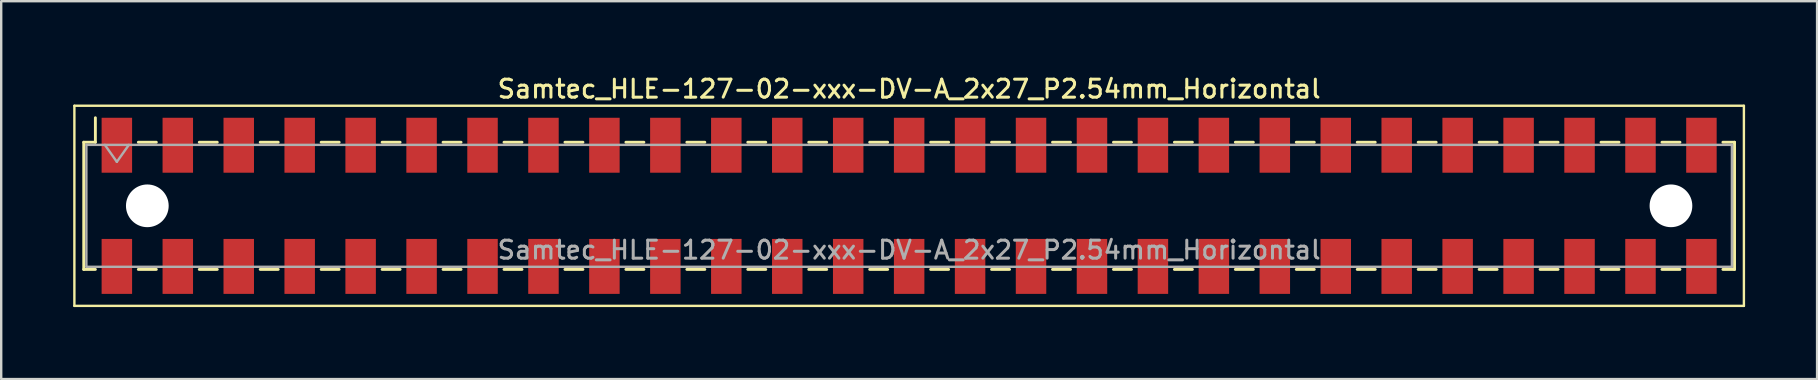
<source format=kicad_pcb>
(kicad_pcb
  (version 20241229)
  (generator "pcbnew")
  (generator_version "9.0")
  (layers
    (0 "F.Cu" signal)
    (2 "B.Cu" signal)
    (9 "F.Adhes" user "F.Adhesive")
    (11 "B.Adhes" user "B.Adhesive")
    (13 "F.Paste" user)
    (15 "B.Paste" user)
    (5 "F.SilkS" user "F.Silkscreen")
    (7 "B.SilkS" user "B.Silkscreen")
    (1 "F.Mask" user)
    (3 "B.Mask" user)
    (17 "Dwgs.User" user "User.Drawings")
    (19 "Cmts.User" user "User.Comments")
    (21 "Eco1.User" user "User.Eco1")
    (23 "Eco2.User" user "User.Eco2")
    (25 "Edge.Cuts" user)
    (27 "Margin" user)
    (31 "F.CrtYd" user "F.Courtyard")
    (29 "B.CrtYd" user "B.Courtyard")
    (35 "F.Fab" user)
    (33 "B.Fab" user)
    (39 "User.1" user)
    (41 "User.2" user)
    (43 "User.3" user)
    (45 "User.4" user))
  (footprint "Samtec_HLE-127-02-xxx-DV-A_2x27_P2.54mm_Horizontal"
    (layer "F.Cu")
    (at 34.84 5.528)
    (property "Reference" "Samtec_HLE-127-02-xxx-DV-A_2x27_P2.54mm_Horizontal" (at 0 -4.87 0) (layer "F.SilkS") (effects (font (size 0.75 0.75) (thickness 0.125))))
    (attr smd)
    (fp_line (start -34.79 -4.17) (end 34.79 -4.17) (stroke (width 0.1) (type solid)) (layer "F.SilkS"))
    (fp_line (start -34.79 4.17) (end -34.79 -4.17) (stroke (width 0.1) (type solid)) (layer "F.SilkS"))
    (fp_line (start -34.4 -2.65) (end -34.4 2.65) (stroke (width 0.12) (type solid)) (layer "F.SilkS"))
    (fp_line (start -34.4 2.65) (end -33.915 2.65) (stroke (width 0.12) (type solid)) (layer "F.SilkS"))
    (fp_line (start -33.915 -3.67) (end -33.915 -2.65) (stroke (width 0.12) (type solid)) (layer "F.SilkS"))
    (fp_line (start -33.915 -2.65) (end -34.4 -2.65) (stroke (width 0.12) (type solid)) (layer "F.SilkS"))
    (fp_line (start -32.125 -2.65) (end -31.375 -2.65) (stroke (width 0.12) (type solid)) (layer "F.SilkS"))
    (fp_line (start -32.125 2.65) (end -31.375 2.65) (stroke (width 0.12) (type solid)) (layer "F.SilkS"))
    (fp_line (start -29.585 -2.65) (end -28.835 -2.65) (stroke (width 0.12) (type solid)) (layer "F.SilkS"))
    (fp_line (start -29.585 2.65) (end -28.835 2.65) (stroke (width 0.12) (type solid)) (layer "F.SilkS"))
    (fp_line (start -27.045 -2.65) (end -26.295 -2.65) (stroke (width 0.12) (type solid)) (layer "F.SilkS"))
    (fp_line (start -27.045 2.65) (end -26.295 2.65) (stroke (width 0.12) (type solid)) (layer "F.SilkS"))
    (fp_line (start -24.505 -2.65) (end -23.755 -2.65) (stroke (width 0.12) (type solid)) (layer "F.SilkS"))
    (fp_line (start -24.505 2.65) (end -23.755 2.65) (stroke (width 0.12) (type solid)) (layer "F.SilkS"))
    (fp_line (start -21.965 -2.65) (end -21.215 -2.65) (stroke (width 0.12) (type solid)) (layer "F.SilkS"))
    (fp_line (start -21.965 2.65) (end -21.215 2.65) (stroke (width 0.12) (type solid)) (layer "F.SilkS"))
    (fp_line (start -19.425 -2.65) (end -18.675 -2.65) (stroke (width 0.12) (type solid)) (layer "F.SilkS"))
    (fp_line (start -19.425 2.65) (end -18.675 2.65) (stroke (width 0.12) (type solid)) (layer "F.SilkS"))
    (fp_line (start -16.885 -2.65) (end -16.135 -2.65) (stroke (width 0.12) (type solid)) (layer "F.SilkS"))
    (fp_line (start -16.885 2.65) (end -16.135 2.65) (stroke (width 0.12) (type solid)) (layer "F.SilkS"))
    (fp_line (start -14.345 -2.65) (end -13.595 -2.65) (stroke (width 0.12) (type solid)) (layer "F.SilkS"))
    (fp_line (start -14.345 2.65) (end -13.595 2.65) (stroke (width 0.12) (type solid)) (layer "F.SilkS"))
    (fp_line (start -11.805 -2.65) (end -11.055 -2.65) (stroke (width 0.12) (type solid)) (layer "F.SilkS"))
    (fp_line (start -11.805 2.65) (end -11.055 2.65) (stroke (width 0.12) (type solid)) (layer "F.SilkS"))
    (fp_line (start -9.265 -2.65) (end -8.515 -2.65) (stroke (width 0.12) (type solid)) (layer "F.SilkS"))
    (fp_line (start -9.265 2.65) (end -8.515 2.65) (stroke (width 0.12) (type solid)) (layer "F.SilkS"))
    (fp_line (start -6.725 -2.65) (end -5.975 -2.65) (stroke (width 0.12) (type solid)) (layer "F.SilkS"))
    (fp_line (start -6.725 2.65) (end -5.975 2.65) (stroke (width 0.12) (type solid)) (layer "F.SilkS"))
    (fp_line (start -4.185 -2.65) (end -3.435 -2.65) (stroke (width 0.12) (type solid)) (layer "F.SilkS"))
    (fp_line (start -4.185 2.65) (end -3.435 2.65) (stroke (width 0.12) (type solid)) (layer "F.SilkS"))
    (fp_line (start -1.645 -2.65) (end -0.895 -2.65) (stroke (width 0.12) (type solid)) (layer "F.SilkS"))
    (fp_line (start -1.645 2.65) (end -0.895 2.65) (stroke (width 0.12) (type solid)) (layer "F.SilkS"))
    (fp_line (start 0.895 -2.65) (end 1.645 -2.65) (stroke (width 0.12) (type solid)) (layer "F.SilkS"))
    (fp_line (start 0.895 2.65) (end 1.645 2.65) (stroke (width 0.12) (type solid)) (layer "F.SilkS"))
    (fp_line (start 3.435 -2.65) (end 4.185 -2.65) (stroke (width 0.12) (type solid)) (layer "F.SilkS"))
    (fp_line (start 3.435 2.65) (end 4.185 2.65) (stroke (width 0.12) (type solid)) (layer "F.SilkS"))
    (fp_line (start 5.975 -2.65) (end 6.725 -2.65) (stroke (width 0.12) (type solid)) (layer "F.SilkS"))
    (fp_line (start 5.975 2.65) (end 6.725 2.65) (stroke (width 0.12) (type solid)) (layer "F.SilkS"))
    (fp_line (start 8.515 -2.65) (end 9.265 -2.65) (stroke (width 0.12) (type solid)) (layer "F.SilkS"))
    (fp_line (start 8.515 2.65) (end 9.265 2.65) (stroke (width 0.12) (type solid)) (layer "F.SilkS"))
    (fp_line (start 11.055 -2.65) (end 11.805 -2.65) (stroke (width 0.12) (type solid)) (layer "F.SilkS"))
    (fp_line (start 11.055 2.65) (end 11.805 2.65) (stroke (width 0.12) (type solid)) (layer "F.SilkS"))
    (fp_line (start 13.595 -2.65) (end 14.345 -2.65) (stroke (width 0.12) (type solid)) (layer "F.SilkS"))
    (fp_line (start 13.595 2.65) (end 14.345 2.65) (stroke (width 0.12) (type solid)) (layer "F.SilkS"))
    (fp_line (start 16.135 -2.65) (end 16.885 -2.65) (stroke (width 0.12) (type solid)) (layer "F.SilkS"))
    (fp_line (start 16.135 2.65) (end 16.885 2.65) (stroke (width 0.12) (type solid)) (layer "F.SilkS"))
    (fp_line (start 18.675 -2.65) (end 19.425 -2.65) (stroke (width 0.12) (type solid)) (layer "F.SilkS"))
    (fp_line (start 18.675 2.65) (end 19.425 2.65) (stroke (width 0.12) (type solid)) (layer "F.SilkS"))
    (fp_line (start 21.215 -2.65) (end 21.965 -2.65) (stroke (width 0.12) (type solid)) (layer "F.SilkS"))
    (fp_line (start 21.215 2.65) (end 21.965 2.65) (stroke (width 0.12) (type solid)) (layer "F.SilkS"))
    (fp_line (start 23.755 -2.65) (end 24.505 -2.65) (stroke (width 0.12) (type solid)) (layer "F.SilkS"))
    (fp_line (start 23.755 2.65) (end 24.505 2.65) (stroke (width 0.12) (type solid)) (layer "F.SilkS"))
    (fp_line (start 26.295 -2.65) (end 27.045 -2.65) (stroke (width 0.12) (type solid)) (layer "F.SilkS"))
    (fp_line (start 26.295 2.65) (end 27.045 2.65) (stroke (width 0.12) (type solid)) (layer "F.SilkS"))
    (fp_line (start 28.835 -2.65) (end 29.585 -2.65) (stroke (width 0.12) (type solid)) (layer "F.SilkS"))
    (fp_line (start 28.835 2.65) (end 29.585 2.65) (stroke (width 0.12) (type solid)) (layer "F.SilkS"))
    (fp_line (start 31.375 -2.65) (end 32.125 -2.65) (stroke (width 0.12) (type solid)) (layer "F.SilkS"))
    (fp_line (start 31.375 2.65) (end 32.125 2.65) (stroke (width 0.12) (type solid)) (layer "F.SilkS"))
    (fp_line (start 33.915 -2.65) (end 34.4 -2.65) (stroke (width 0.12) (type solid)) (layer "F.SilkS"))
    (fp_line (start 34.4 -2.65) (end 34.4 2.65) (stroke (width 0.12) (type solid)) (layer "F.SilkS"))
    (fp_line (start 34.4 2.65) (end 33.915 2.65) (stroke (width 0.12) (type solid)) (layer "F.SilkS"))
    (fp_line (start 34.79 -4.17) (end 34.79 4.17) (stroke (width 0.1) (type solid)) (layer "F.SilkS"))
    (fp_line (start 34.79 4.17) (end -34.79 4.17) (stroke (width 0.1) (type solid)) (layer "F.SilkS"))
    (fp_line (start -34.29 -2.54) (end 34.29 -2.54) (stroke (width 0.1) (type solid)) (layer "F.Fab"))
    (fp_line (start -34.29 2.54) (end -34.29 -2.54) (stroke (width 0.1) (type solid)) (layer "F.Fab"))
    (fp_line (start -33.52 -2.54) (end -33.02 -1.833) (stroke (width 0.1) (type solid)) (layer "F.Fab"))
    (fp_line (start -33.02 -1.833) (end -32.52 -2.54) (stroke (width 0.1) (type solid)) (layer "F.Fab"))
    (fp_line (start 34.29 -2.54) (end 34.29 2.54) (stroke (width 0.1) (type solid)) (layer "F.Fab"))
    (fp_line (start 34.29 2.54) (end -34.29 2.54) (stroke (width 0.1) (type solid)) (layer "F.Fab"))
    (fp_text user "${REFERENCE}" (at 0 1.84 0) (layer "F.Fab") (effects (font (size 0.75 0.75) (thickness 0.125))))
    (pad "" np_thru_hole circle (at -31.75 0) (size 1.78 1.78) (drill 1.78) (layers "*.Cu" "*.Mask"))
    (pad "" np_thru_hole circle (at 31.75 0) (size 1.78 1.78) (drill 1.78) (layers "*.Cu" "*.Mask"))
    (pad "1" smd rect (at -33.02 -2.525) (size 1.27 2.29) (layers "F.Cu" "F.Mask" "F.Paste"))
    (pad "2" smd rect (at -33.02 2.525) (size 1.27 2.29) (layers "F.Cu" "F.Mask" "F.Paste"))
    (pad "3" smd rect (at -30.48 -2.525) (size 1.27 2.29) (layers "F.Cu" "F.Mask" "F.Paste"))
    (pad "4" smd rect (at -30.48 2.525) (size 1.27 2.29) (layers "F.Cu" "F.Mask" "F.Paste"))
    (pad "5" smd rect (at -27.94 -2.525) (size 1.27 2.29) (layers "F.Cu" "F.Mask" "F.Paste"))
    (pad "6" smd rect (at -27.94 2.525) (size 1.27 2.29) (layers "F.Cu" "F.Mask" "F.Paste"))
    (pad "7" smd rect (at -25.4 -2.525) (size 1.27 2.29) (layers "F.Cu" "F.Mask" "F.Paste"))
    (pad "8" smd rect (at -25.4 2.525) (size 1.27 2.29) (layers "F.Cu" "F.Mask" "F.Paste"))
    (pad "9" smd rect (at -22.86 -2.525) (size 1.27 2.29) (layers "F.Cu" "F.Mask" "F.Paste"))
    (pad "10" smd rect (at -22.86 2.525) (size 1.27 2.29) (layers "F.Cu" "F.Mask" "F.Paste"))
    (pad "11" smd rect (at -20.32 -2.525) (size 1.27 2.29) (layers "F.Cu" "F.Mask" "F.Paste"))
    (pad "12" smd rect (at -20.32 2.525) (size 1.27 2.29) (layers "F.Cu" "F.Mask" "F.Paste"))
    (pad "13" smd rect (at -17.78 -2.525) (size 1.27 2.29) (layers "F.Cu" "F.Mask" "F.Paste"))
    (pad "14" smd rect (at -17.78 2.525) (size 1.27 2.29) (layers "F.Cu" "F.Mask" "F.Paste"))
    (pad "15" smd rect (at -15.24 -2.525) (size 1.27 2.29) (layers "F.Cu" "F.Mask" "F.Paste"))
    (pad "16" smd rect (at -15.24 2.525) (size 1.27 2.29) (layers "F.Cu" "F.Mask" "F.Paste"))
    (pad "17" smd rect (at -12.7 -2.525) (size 1.27 2.29) (layers "F.Cu" "F.Mask" "F.Paste"))
    (pad "18" smd rect (at -12.7 2.525) (size 1.27 2.29) (layers "F.Cu" "F.Mask" "F.Paste"))
    (pad "19" smd rect (at -10.16 -2.525) (size 1.27 2.29) (layers "F.Cu" "F.Mask" "F.Paste"))
    (pad "20" smd rect (at -10.16 2.525) (size 1.27 2.29) (layers "F.Cu" "F.Mask" "F.Paste"))
    (pad "21" smd rect (at -7.62 -2.525) (size 1.27 2.29) (layers "F.Cu" "F.Mask" "F.Paste"))
    (pad "22" smd rect (at -7.62 2.525) (size 1.27 2.29) (layers "F.Cu" "F.Mask" "F.Paste"))
    (pad "23" smd rect (at -5.08 -2.525) (size 1.27 2.29) (layers "F.Cu" "F.Mask" "F.Paste"))
    (pad "24" smd rect (at -5.08 2.525) (size 1.27 2.29) (layers "F.Cu" "F.Mask" "F.Paste"))
    (pad "25" smd rect (at -2.54 -2.525) (size 1.27 2.29) (layers "F.Cu" "F.Mask" "F.Paste"))
    (pad "26" smd rect (at -2.54 2.525) (size 1.27 2.29) (layers "F.Cu" "F.Mask" "F.Paste"))
    (pad "27" smd rect (at 0 -2.525) (size 1.27 2.29) (layers "F.Cu" "F.Mask" "F.Paste"))
    (pad "28" smd rect (at 0 2.525) (size 1.27 2.29) (layers "F.Cu" "F.Mask" "F.Paste"))
    (pad "29" smd rect (at 2.54 -2.525) (size 1.27 2.29) (layers "F.Cu" "F.Mask" "F.Paste"))
    (pad "30" smd rect (at 2.54 2.525) (size 1.27 2.29) (layers "F.Cu" "F.Mask" "F.Paste"))
    (pad "31" smd rect (at 5.08 -2.525) (size 1.27 2.29) (layers "F.Cu" "F.Mask" "F.Paste"))
    (pad "32" smd rect (at 5.08 2.525) (size 1.27 2.29) (layers "F.Cu" "F.Mask" "F.Paste"))
    (pad "33" smd rect (at 7.62 -2.525) (size 1.27 2.29) (layers "F.Cu" "F.Mask" "F.Paste"))
    (pad "34" smd rect (at 7.62 2.525) (size 1.27 2.29) (layers "F.Cu" "F.Mask" "F.Paste"))
    (pad "35" smd rect (at 10.16 -2.525) (size 1.27 2.29) (layers "F.Cu" "F.Mask" "F.Paste"))
    (pad "36" smd rect (at 10.16 2.525) (size 1.27 2.29) (layers "F.Cu" "F.Mask" "F.Paste"))
    (pad "37" smd rect (at 12.7 -2.525) (size 1.27 2.29) (layers "F.Cu" "F.Mask" "F.Paste"))
    (pad "38" smd rect (at 12.7 2.525) (size 1.27 2.29) (layers "F.Cu" "F.Mask" "F.Paste"))
    (pad "39" smd rect (at 15.24 -2.525) (size 1.27 2.29) (layers "F.Cu" "F.Mask" "F.Paste"))
    (pad "40" smd rect (at 15.24 2.525) (size 1.27 2.29) (layers "F.Cu" "F.Mask" "F.Paste"))
    (pad "41" smd rect (at 17.78 -2.525) (size 1.27 2.29) (layers "F.Cu" "F.Mask" "F.Paste"))
    (pad "42" smd rect (at 17.78 2.525) (size 1.27 2.29) (layers "F.Cu" "F.Mask" "F.Paste"))
    (pad "43" smd rect (at 20.32 -2.525) (size 1.27 2.29) (layers "F.Cu" "F.Mask" "F.Paste"))
    (pad "44" smd rect (at 20.32 2.525) (size 1.27 2.29) (layers "F.Cu" "F.Mask" "F.Paste"))
    (pad "45" smd rect (at 22.86 -2.525) (size 1.27 2.29) (layers "F.Cu" "F.Mask" "F.Paste"))
    (pad "46" smd rect (at 22.86 2.525) (size 1.27 2.29) (layers "F.Cu" "F.Mask" "F.Paste"))
    (pad "47" smd rect (at 25.4 -2.525) (size 1.27 2.29) (layers "F.Cu" "F.Mask" "F.Paste"))
    (pad "48" smd rect (at 25.4 2.525) (size 1.27 2.29) (layers "F.Cu" "F.Mask" "F.Paste"))
    (pad "49" smd rect (at 27.94 -2.525) (size 1.27 2.29) (layers "F.Cu" "F.Mask" "F.Paste"))
    (pad "50" smd rect (at 27.94 2.525) (size 1.27 2.29) (layers "F.Cu" "F.Mask" "F.Paste"))
    (pad "51" smd rect (at 30.48 -2.525) (size 1.27 2.29) (layers "F.Cu" "F.Mask" "F.Paste"))
    (pad "52" smd rect (at 30.48 2.525) (size 1.27 2.29) (layers "F.Cu" "F.Mask" "F.Paste"))
    (pad "53" smd rect (at 33.02 -2.525) (size 1.27 2.29) (layers "F.Cu" "F.Mask" "F.Paste"))
    (pad "54" smd rect (at 33.02 2.525) (size 1.27 2.29) (layers "F.Cu" "F.Mask" "F.Paste")))
  (gr_rect
    (start -3 -3)
    (end 72.68 12.748)
    (stroke (width 0.1) (type default))
    (fill no)
    (layer "Edge.Cuts")))
</source>
